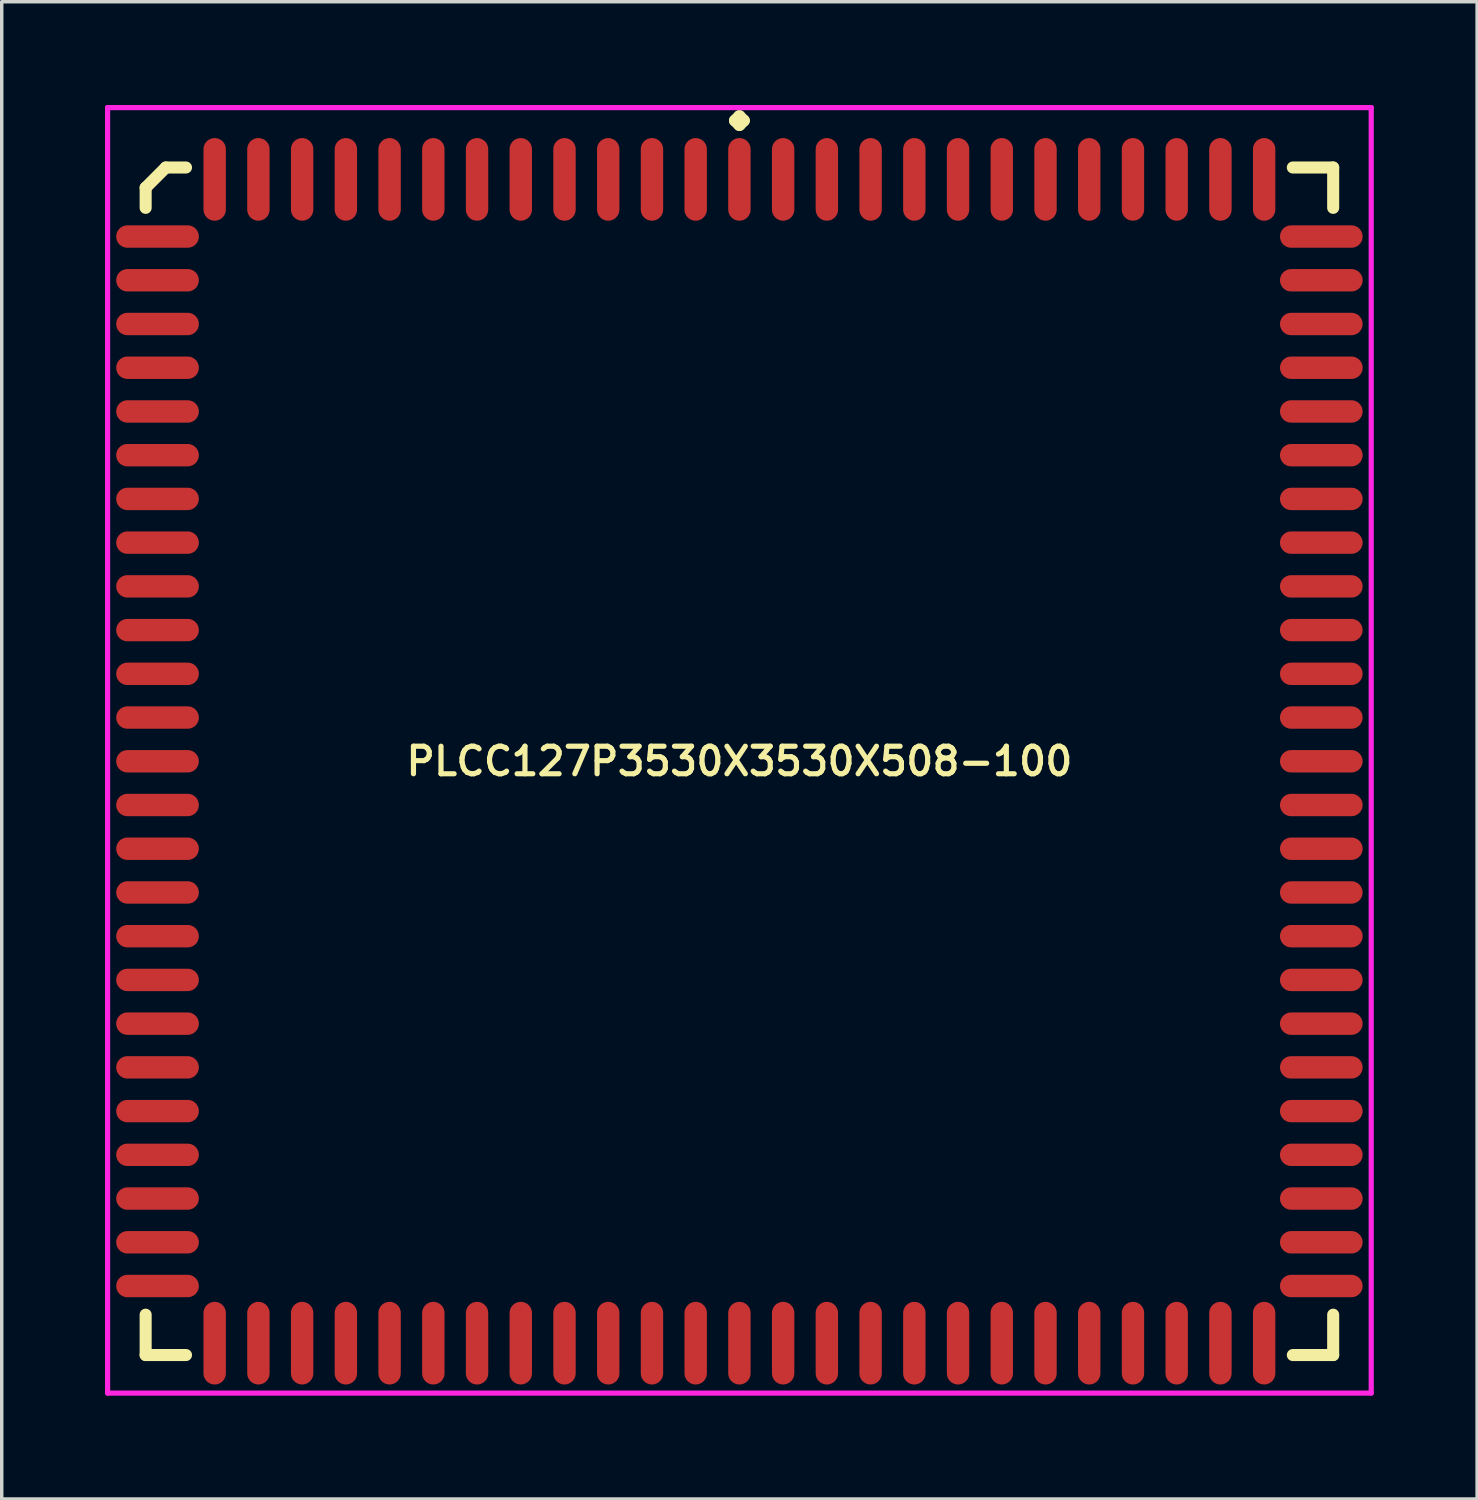
<source format=kicad_pcb>
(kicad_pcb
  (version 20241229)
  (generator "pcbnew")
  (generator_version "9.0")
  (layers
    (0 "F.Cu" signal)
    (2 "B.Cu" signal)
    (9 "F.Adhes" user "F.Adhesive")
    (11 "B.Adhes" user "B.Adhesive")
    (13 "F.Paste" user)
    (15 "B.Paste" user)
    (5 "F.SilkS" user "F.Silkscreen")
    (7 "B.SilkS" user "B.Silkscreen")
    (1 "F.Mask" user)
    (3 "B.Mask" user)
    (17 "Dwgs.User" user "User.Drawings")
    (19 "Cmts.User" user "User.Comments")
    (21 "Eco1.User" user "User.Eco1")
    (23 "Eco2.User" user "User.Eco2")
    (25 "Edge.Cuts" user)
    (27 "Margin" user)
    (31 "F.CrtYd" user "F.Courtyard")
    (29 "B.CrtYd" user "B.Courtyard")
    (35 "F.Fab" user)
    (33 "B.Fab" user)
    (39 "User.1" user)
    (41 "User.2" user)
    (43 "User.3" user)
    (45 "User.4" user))
  (footprint "PLCC127P3530X3530X508-100"
    (layer "F.Cu")
    (at 18.425 19.06)
    (property "Reference" "PLCC127P3530X3530X508-100" (at 0 0 0) (layer "F.SilkS") (effects (font (size 0.8 0.8) (thickness 0.15))))
    (attr smd)
    (fp_line (start -17.245 -16.659) (end -16.659 -17.245) (stroke (width 0.35) (type solid)) (layer "F.SilkS"))
    (fp_line (start -17.245 -16.073) (end -17.245 -16.659) (stroke (width 0.35) (type solid)) (layer "F.SilkS"))
    (fp_line (start -17.245 16.073) (end -17.245 17.245) (stroke (width 0.35) (type solid)) (layer "F.SilkS"))
    (fp_line (start -17.245 17.245) (end -16.073 17.245) (stroke (width 0.35) (type solid)) (layer "F.SilkS"))
    (fp_line (start -16.659 -17.245) (end -16.073 -17.245) (stroke (width 0.35) (type solid)) (layer "F.SilkS"))
    (fp_line (start -0.127 -18.608) (end 0 -18.735) (stroke (width 0.35) (type solid)) (layer "F.SilkS"))
    (fp_line (start 0 -18.735) (end 0.127 -18.608) (stroke (width 0.35) (type solid)) (layer "F.SilkS"))
    (fp_line (start 0 -18.481) (end -0.127 -18.608) (stroke (width 0.35) (type solid)) (layer "F.SilkS"))
    (fp_line (start 0.127 -18.608) (end 0 -18.481) (stroke (width 0.35) (type solid)) (layer "F.SilkS"))
    (fp_line (start 17.245 -17.245) (end 16.073 -17.245) (stroke (width 0.35) (type solid)) (layer "F.SilkS"))
    (fp_line (start 17.245 -16.073) (end 17.245 -17.245) (stroke (width 0.35) (type solid)) (layer "F.SilkS"))
    (fp_line (start 17.245 16.073) (end 17.245 17.245) (stroke (width 0.35) (type solid)) (layer "F.SilkS"))
    (fp_line (start 17.245 17.245) (end 16.073 17.245) (stroke (width 0.35) (type solid)) (layer "F.SilkS"))
    (fp_line (start -18.35 -18.985) (end 18.35 -18.985) (stroke (width 0.15) (type solid)) (layer "F.CrtYd"))
    (fp_line (start -18.35 18.35) (end -18.35 -18.985) (stroke (width 0.15) (type solid)) (layer "F.CrtYd"))
    (fp_line (start 18.35 -18.985) (end 18.35 18.35) (stroke (width 0.15) (type solid)) (layer "F.CrtYd"))
    (fp_line (start 18.35 18.35) (end -18.35 18.35) (stroke (width 0.15) (type solid)) (layer "F.CrtYd"))
    (pad "1" smd oval (at 0 -16.9) (size 0.65 2.4) (layers "F.Cu" "F.Mask" "F.Paste"))
    (pad "2" smd oval (at -1.27 -16.9) (size 0.65 2.4) (layers "F.Cu" "F.Mask" "F.Paste"))
    (pad "3" smd oval (at -2.54 -16.9) (size 0.65 2.4) (layers "F.Cu" "F.Mask" "F.Paste"))
    (pad "4" smd oval (at -3.81 -16.9) (size 0.65 2.4) (layers "F.Cu" "F.Mask" "F.Paste"))
    (pad "5" smd oval (at -5.08 -16.9) (size 0.65 2.4) (layers "F.Cu" "F.Mask" "F.Paste"))
    (pad "6" smd oval (at -6.35 -16.9) (size 0.65 2.4) (layers "F.Cu" "F.Mask" "F.Paste"))
    (pad "7" smd oval (at -7.62 -16.9) (size 0.65 2.4) (layers "F.Cu" "F.Mask" "F.Paste"))
    (pad "8" smd oval (at -8.89 -16.9) (size 0.65 2.4) (layers "F.Cu" "F.Mask" "F.Paste"))
    (pad "9" smd oval (at -10.16 -16.9) (size 0.65 2.4) (layers "F.Cu" "F.Mask" "F.Paste"))
    (pad "10" smd oval (at -11.43 -16.9) (size 0.65 2.4) (layers "F.Cu" "F.Mask" "F.Paste"))
    (pad "11" smd oval (at -12.7 -16.9) (size 0.65 2.4) (layers "F.Cu" "F.Mask" "F.Paste"))
    (pad "12" smd oval (at -13.97 -16.9) (size 0.65 2.4) (layers "F.Cu" "F.Mask" "F.Paste"))
    (pad "13" smd oval (at -15.24 -16.9) (size 0.65 2.4) (layers "F.Cu" "F.Mask" "F.Paste"))
    (pad "14" smd oval (at -16.9 -15.24) (size 2.4 0.65) (layers "F.Cu" "F.Mask" "F.Paste"))
    (pad "15" smd oval (at -16.9 -13.97) (size 2.4 0.65) (layers "F.Cu" "F.Mask" "F.Paste"))
    (pad "16" smd oval (at -16.9 -12.7) (size 2.4 0.65) (layers "F.Cu" "F.Mask" "F.Paste"))
    (pad "17" smd oval (at -16.9 -11.43) (size 2.4 0.65) (layers "F.Cu" "F.Mask" "F.Paste"))
    (pad "18" smd oval (at -16.9 -10.16) (size 2.4 0.65) (layers "F.Cu" "F.Mask" "F.Paste"))
    (pad "19" smd oval (at -16.9 -8.89) (size 2.4 0.65) (layers "F.Cu" "F.Mask" "F.Paste"))
    (pad "20" smd oval (at -16.9 -7.62) (size 2.4 0.65) (layers "F.Cu" "F.Mask" "F.Paste"))
    (pad "21" smd oval (at -16.9 -6.35) (size 2.4 0.65) (layers "F.Cu" "F.Mask" "F.Paste"))
    (pad "22" smd oval (at -16.9 -5.08) (size 2.4 0.65) (layers "F.Cu" "F.Mask" "F.Paste"))
    (pad "23" smd oval (at -16.9 -3.81) (size 2.4 0.65) (layers "F.Cu" "F.Mask" "F.Paste"))
    (pad "24" smd oval (at -16.9 -2.54) (size 2.4 0.65) (layers "F.Cu" "F.Mask" "F.Paste"))
    (pad "25" smd oval (at -16.9 -1.27) (size 2.4 0.65) (layers "F.Cu" "F.Mask" "F.Paste"))
    (pad "26" smd oval (at -16.9 0) (size 2.4 0.65) (layers "F.Cu" "F.Mask" "F.Paste"))
    (pad "27" smd oval (at -16.9 1.27) (size 2.4 0.65) (layers "F.Cu" "F.Mask" "F.Paste"))
    (pad "28" smd oval (at -16.9 2.54) (size 2.4 0.65) (layers "F.Cu" "F.Mask" "F.Paste"))
    (pad "29" smd oval (at -16.9 3.81) (size 2.4 0.65) (layers "F.Cu" "F.Mask" "F.Paste"))
    (pad "30" smd oval (at -16.9 5.08) (size 2.4 0.65) (layers "F.Cu" "F.Mask" "F.Paste"))
    (pad "31" smd oval (at -16.9 6.35) (size 2.4 0.65) (layers "F.Cu" "F.Mask" "F.Paste"))
    (pad "32" smd oval (at -16.9 7.62) (size 2.4 0.65) (layers "F.Cu" "F.Mask" "F.Paste"))
    (pad "33" smd oval (at -16.9 8.89) (size 2.4 0.65) (layers "F.Cu" "F.Mask" "F.Paste"))
    (pad "34" smd oval (at -16.9 10.16) (size 2.4 0.65) (layers "F.Cu" "F.Mask" "F.Paste"))
    (pad "35" smd oval (at -16.9 11.43) (size 2.4 0.65) (layers "F.Cu" "F.Mask" "F.Paste"))
    (pad "36" smd oval (at -16.9 12.7) (size 2.4 0.65) (layers "F.Cu" "F.Mask" "F.Paste"))
    (pad "37" smd oval (at -16.9 13.97) (size 2.4 0.65) (layers "F.Cu" "F.Mask" "F.Paste"))
    (pad "38" smd oval (at -16.9 15.24) (size 2.4 0.65) (layers "F.Cu" "F.Mask" "F.Paste"))
    (pad "39" smd oval (at -15.24 16.9) (size 0.65 2.4) (layers "F.Cu" "F.Mask" "F.Paste"))
    (pad "40" smd oval (at -13.97 16.9) (size 0.65 2.4) (layers "F.Cu" "F.Mask" "F.Paste"))
    (pad "41" smd oval (at -12.7 16.9) (size 0.65 2.4) (layers "F.Cu" "F.Mask" "F.Paste"))
    (pad "42" smd oval (at -11.43 16.9) (size 0.65 2.4) (layers "F.Cu" "F.Mask" "F.Paste"))
    (pad "43" smd oval (at -10.16 16.9) (size 0.65 2.4) (layers "F.Cu" "F.Mask" "F.Paste"))
    (pad "44" smd oval (at -8.89 16.9) (size 0.65 2.4) (layers "F.Cu" "F.Mask" "F.Paste"))
    (pad "45" smd oval (at -7.62 16.9) (size 0.65 2.4) (layers "F.Cu" "F.Mask" "F.Paste"))
    (pad "46" smd oval (at -6.35 16.9) (size 0.65 2.4) (layers "F.Cu" "F.Mask" "F.Paste"))
    (pad "47" smd oval (at -5.08 16.9) (size 0.65 2.4) (layers "F.Cu" "F.Mask" "F.Paste"))
    (pad "48" smd oval (at -3.81 16.9) (size 0.65 2.4) (layers "F.Cu" "F.Mask" "F.Paste"))
    (pad "49" smd oval (at -2.54 16.9) (size 0.65 2.4) (layers "F.Cu" "F.Mask" "F.Paste"))
    (pad "50" smd oval (at -1.27 16.9) (size 0.65 2.4) (layers "F.Cu" "F.Mask" "F.Paste"))
    (pad "51" smd oval (at 0 16.9) (size 0.65 2.4) (layers "F.Cu" "F.Mask" "F.Paste"))
    (pad "52" smd oval (at 1.27 16.9) (size 0.65 2.4) (layers "F.Cu" "F.Mask" "F.Paste"))
    (pad "53" smd oval (at 2.54 16.9) (size 0.65 2.4) (layers "F.Cu" "F.Mask" "F.Paste"))
    (pad "54" smd oval (at 3.81 16.9) (size 0.65 2.4) (layers "F.Cu" "F.Mask" "F.Paste"))
    (pad "55" smd oval (at 5.08 16.9) (size 0.65 2.4) (layers "F.Cu" "F.Mask" "F.Paste"))
    (pad "56" smd oval (at 6.35 16.9) (size 0.65 2.4) (layers "F.Cu" "F.Mask" "F.Paste"))
    (pad "57" smd oval (at 7.62 16.9) (size 0.65 2.4) (layers "F.Cu" "F.Mask" "F.Paste"))
    (pad "58" smd oval (at 8.89 16.9) (size 0.65 2.4) (layers "F.Cu" "F.Mask" "F.Paste"))
    (pad "59" smd oval (at 10.16 16.9) (size 0.65 2.4) (layers "F.Cu" "F.Mask" "F.Paste"))
    (pad "60" smd oval (at 11.43 16.9) (size 0.65 2.4) (layers "F.Cu" "F.Mask" "F.Paste"))
    (pad "61" smd oval (at 12.7 16.9) (size 0.65 2.4) (layers "F.Cu" "F.Mask" "F.Paste"))
    (pad "62" smd oval (at 13.97 16.9) (size 0.65 2.4) (layers "F.Cu" "F.Mask" "F.Paste"))
    (pad "63" smd oval (at 15.24 16.9) (size 0.65 2.4) (layers "F.Cu" "F.Mask" "F.Paste"))
    (pad "64" smd oval (at 16.9 15.24) (size 2.4 0.65) (layers "F.Cu" "F.Mask" "F.Paste"))
    (pad "65" smd oval (at 16.9 13.97) (size 2.4 0.65) (layers "F.Cu" "F.Mask" "F.Paste"))
    (pad "66" smd oval (at 16.9 12.7) (size 2.4 0.65) (layers "F.Cu" "F.Mask" "F.Paste"))
    (pad "67" smd oval (at 16.9 11.43) (size 2.4 0.65) (layers "F.Cu" "F.Mask" "F.Paste"))
    (pad "68" smd oval (at 16.9 10.16) (size 2.4 0.65) (layers "F.Cu" "F.Mask" "F.Paste"))
    (pad "69" smd oval (at 16.9 8.89) (size 2.4 0.65) (layers "F.Cu" "F.Mask" "F.Paste"))
    (pad "70" smd oval (at 16.9 7.62) (size 2.4 0.65) (layers "F.Cu" "F.Mask" "F.Paste"))
    (pad "71" smd oval (at 16.9 6.35) (size 2.4 0.65) (layers "F.Cu" "F.Mask" "F.Paste"))
    (pad "72" smd oval (at 16.9 5.08) (size 2.4 0.65) (layers "F.Cu" "F.Mask" "F.Paste"))
    (pad "73" smd oval (at 16.9 3.81) (size 2.4 0.65) (layers "F.Cu" "F.Mask" "F.Paste"))
    (pad "74" smd oval (at 16.9 2.54) (size 2.4 0.65) (layers "F.Cu" "F.Mask" "F.Paste"))
    (pad "75" smd oval (at 16.9 1.27) (size 2.4 0.65) (layers "F.Cu" "F.Mask" "F.Paste"))
    (pad "76" smd oval (at 16.9 0) (size 2.4 0.65) (layers "F.Cu" "F.Mask" "F.Paste"))
    (pad "77" smd oval (at 16.9 -1.27) (size 2.4 0.65) (layers "F.Cu" "F.Mask" "F.Paste"))
    (pad "78" smd oval (at 16.9 -2.54) (size 2.4 0.65) (layers "F.Cu" "F.Mask" "F.Paste"))
    (pad "79" smd oval (at 16.9 -3.81) (size 2.4 0.65) (layers "F.Cu" "F.Mask" "F.Paste"))
    (pad "80" smd oval (at 16.9 -5.08) (size 2.4 0.65) (layers "F.Cu" "F.Mask" "F.Paste"))
    (pad "81" smd oval (at 16.9 -6.35) (size 2.4 0.65) (layers "F.Cu" "F.Mask" "F.Paste"))
    (pad "82" smd oval (at 16.9 -7.62) (size 2.4 0.65) (layers "F.Cu" "F.Mask" "F.Paste"))
    (pad "83" smd oval (at 16.9 -8.89) (size 2.4 0.65) (layers "F.Cu" "F.Mask" "F.Paste"))
    (pad "84" smd oval (at 16.9 -10.16) (size 2.4 0.65) (layers "F.Cu" "F.Mask" "F.Paste"))
    (pad "85" smd oval (at 16.9 -11.43) (size 2.4 0.65) (layers "F.Cu" "F.Mask" "F.Paste"))
    (pad "86" smd oval (at 16.9 -12.7) (size 2.4 0.65) (layers "F.Cu" "F.Mask" "F.Paste"))
    (pad "87" smd oval (at 16.9 -13.97) (size 2.4 0.65) (layers "F.Cu" "F.Mask" "F.Paste"))
    (pad "88" smd oval (at 16.9 -15.24) (size 2.4 0.65) (layers "F.Cu" "F.Mask" "F.Paste"))
    (pad "89" smd oval (at 15.24 -16.9) (size 0.65 2.4) (layers "F.Cu" "F.Mask" "F.Paste"))
    (pad "90" smd oval (at 13.97 -16.9) (size 0.65 2.4) (layers "F.Cu" "F.Mask" "F.Paste"))
    (pad "91" smd oval (at 12.7 -16.9) (size 0.65 2.4) (layers "F.Cu" "F.Mask" "F.Paste"))
    (pad "92" smd oval (at 11.43 -16.9) (size 0.65 2.4) (layers "F.Cu" "F.Mask" "F.Paste"))
    (pad "93" smd oval (at 10.16 -16.9) (size 0.65 2.4) (layers "F.Cu" "F.Mask" "F.Paste"))
    (pad "94" smd oval (at 8.89 -16.9) (size 0.65 2.4) (layers "F.Cu" "F.Mask" "F.Paste"))
    (pad "95" smd oval (at 7.62 -16.9) (size 0.65 2.4) (layers "F.Cu" "F.Mask" "F.Paste"))
    (pad "96" smd oval (at 6.35 -16.9) (size 0.65 2.4) (layers "F.Cu" "F.Mask" "F.Paste"))
    (pad "97" smd oval (at 5.08 -16.9) (size 0.65 2.4) (layers "F.Cu" "F.Mask" "F.Paste"))
    (pad "98" smd oval (at 3.81 -16.9) (size 0.65 2.4) (layers "F.Cu" "F.Mask" "F.Paste"))
    (pad "99" smd oval (at 2.54 -16.9) (size 0.65 2.4) (layers "F.Cu" "F.Mask" "F.Paste"))
    (pad "100" smd oval (at 1.27 -16.9) (size 0.65 2.4) (layers "F.Cu" "F.Mask" "F.Paste")))
  (gr_rect
    (start -3 -3)
    (end 39.85 40.485)
    (stroke (width 0.1) (type default))
    (fill no)
    (layer "Edge.Cuts")))
</source>
